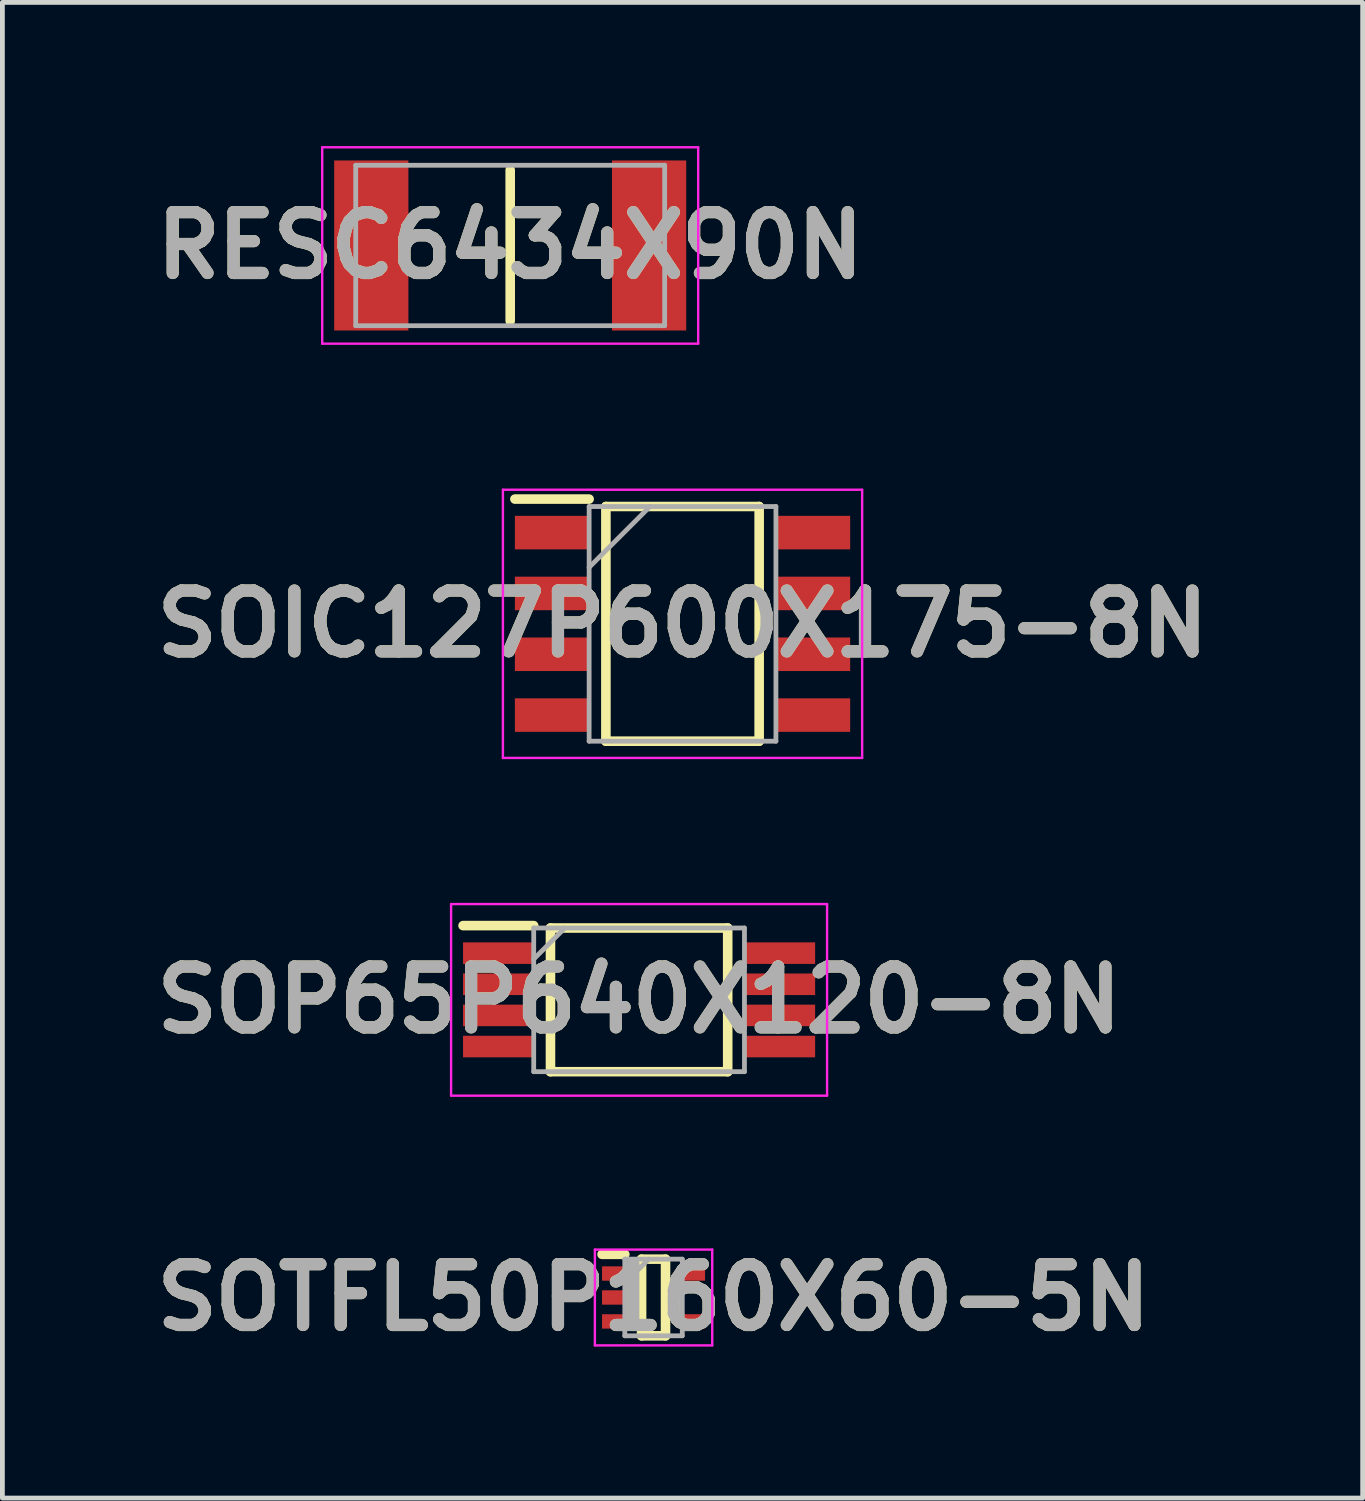
<source format=kicad_pcb>
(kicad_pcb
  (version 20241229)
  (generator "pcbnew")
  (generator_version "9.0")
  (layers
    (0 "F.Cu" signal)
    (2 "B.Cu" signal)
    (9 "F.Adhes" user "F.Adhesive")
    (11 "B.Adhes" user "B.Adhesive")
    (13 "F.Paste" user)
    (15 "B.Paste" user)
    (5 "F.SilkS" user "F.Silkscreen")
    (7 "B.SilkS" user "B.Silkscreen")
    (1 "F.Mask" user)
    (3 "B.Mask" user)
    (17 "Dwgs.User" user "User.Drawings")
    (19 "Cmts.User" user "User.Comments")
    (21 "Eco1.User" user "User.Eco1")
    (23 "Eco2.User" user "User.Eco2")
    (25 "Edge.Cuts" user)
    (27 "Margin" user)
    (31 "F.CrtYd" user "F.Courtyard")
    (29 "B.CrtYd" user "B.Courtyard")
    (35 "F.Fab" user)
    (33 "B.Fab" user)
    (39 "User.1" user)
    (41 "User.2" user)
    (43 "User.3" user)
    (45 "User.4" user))
  (footprint "SOTFL50P160X60-5N"
    (layer "F.Cu")
    (at 10.595 24.039)
    (property "Reference" "SOTFL50P160X60-5N" (at 0 0 0) (layer "F.SilkS") (effects (font (size 1.27 1.27) (thickness 0.254))))
    (attr smd)
    (fp_line (start -1.075 -0.9) (end -0.6 -0.9) (stroke (width 0.2) (type solid)) (layer "F.SilkS"))
    (fp_line (start -0.25 -0.8) (end 0.25 -0.8) (stroke (width 0.2) (type solid)) (layer "F.SilkS"))
    (fp_line (start -0.25 0.8) (end -0.25 -0.8) (stroke (width 0.2) (type solid)) (layer "F.SilkS"))
    (fp_line (start 0.25 -0.8) (end 0.25 0.8) (stroke (width 0.2) (type solid)) (layer "F.SilkS"))
    (fp_line (start 0.25 0.8) (end -0.25 0.8) (stroke (width 0.2) (type solid)) (layer "F.SilkS"))
    (fp_line (start -1.225 -1) (end 1.225 -1) (stroke (width 0.05) (type solid)) (layer "F.CrtYd"))
    (fp_line (start -1.225 1) (end -1.225 -1) (stroke (width 0.05) (type solid)) (layer "F.CrtYd"))
    (fp_line (start 1.225 -1) (end 1.225 1) (stroke (width 0.05) (type solid)) (layer "F.CrtYd"))
    (fp_line (start 1.225 1) (end -1.225 1) (stroke (width 0.05) (type solid)) (layer "F.CrtYd"))
    (fp_line (start -0.6 -0.8) (end 0.6 -0.8) (stroke (width 0.1) (type solid)) (layer "F.Fab"))
    (fp_line (start -0.6 -0.3) (end -0.1 -0.8) (stroke (width 0.1) (type solid)) (layer "F.Fab"))
    (fp_line (start -0.6 0.8) (end -0.6 -0.8) (stroke (width 0.1) (type solid)) (layer "F.Fab"))
    (fp_line (start 0.6 -0.8) (end 0.6 0.8) (stroke (width 0.1) (type solid)) (layer "F.Fab"))
    (fp_line (start 0.6 0.8) (end -0.6 0.8) (stroke (width 0.1) (type solid)) (layer "F.Fab"))
    (fp_text user "${REFERENCE}" (at 0 0 0) (layer "F.Fab") (effects (font (size 1.27 1.27) (thickness 0.254))))
    (pad "1" smd rect (at -0.838 -0.5 90) (size 0.3 0.475) (layers "F.Cu" "F.Mask" "F.Paste"))
    (pad "2" smd rect (at -0.838 0 90) (size 0.3 0.475) (layers "F.Cu" "F.Mask" "F.Paste"))
    (pad "3" smd rect (at -0.838 0.5 90) (size 0.3 0.475) (layers "F.Cu" "F.Mask" "F.Paste"))
    (pad "4" smd rect (at 0.838 0.5 90) (size 0.3 0.475) (layers "F.Cu" "F.Mask" "F.Paste"))
    (pad "5" smd rect (at 0.838 -0.5 90) (size 0.3 0.475) (layers "F.Cu" "F.Mask" "F.Paste")))
  (footprint "RESC6434X90N"
    (layer "F.Cu")
    (at 7.602 2.075)
    (property "Reference" "RESC6434X90N" (at 0 0 0) (layer "F.SilkS") (effects (font (size 1.27 1.27) (thickness 0.254))))
    (attr smd)
    (fp_line (start 0 -1.575) (end 0 1.575) (stroke (width 0.2) (type solid)) (layer "F.SilkS"))
    (fp_line (start -3.925 -2.05) (end 3.925 -2.05) (stroke (width 0.05) (type solid)) (layer "F.CrtYd"))
    (fp_line (start -3.925 2.05) (end -3.925 -2.05) (stroke (width 0.05) (type solid)) (layer "F.CrtYd"))
    (fp_line (start 3.925 -2.05) (end 3.925 2.05) (stroke (width 0.05) (type solid)) (layer "F.CrtYd"))
    (fp_line (start 3.925 2.05) (end -3.925 2.05) (stroke (width 0.05) (type solid)) (layer "F.CrtYd"))
    (fp_line (start -3.225 -1.675) (end 3.225 -1.675) (stroke (width 0.1) (type solid)) (layer "F.Fab"))
    (fp_line (start -3.225 1.675) (end -3.225 -1.675) (stroke (width 0.1) (type solid)) (layer "F.Fab"))
    (fp_line (start 3.225 -1.675) (end 3.225 1.675) (stroke (width 0.1) (type solid)) (layer "F.Fab"))
    (fp_line (start 3.225 1.675) (end -3.225 1.675) (stroke (width 0.1) (type solid)) (layer "F.Fab"))
    (fp_text user "${REFERENCE}" (at 0 0 0) (layer "F.Fab") (effects (font (size 1.27 1.27) (thickness 0.254))))
    (pad "1" smd rect (at -2.9 0) (size 1.55 3.55) (layers "F.Cu" "F.Mask" "F.Paste"))
    (pad "2" smd rect (at 2.9 0) (size 1.55 3.55) (layers "F.Cu" "F.Mask" "F.Paste")))
  (footprint "SOIC127P600X175-8N"
    (layer "F.Cu")
    (at 11.2 9.975)
    (property "Reference" "SOIC127P600X175-8N" (at 0 0 0) (layer "F.SilkS") (effects (font (size 1.27 1.27) (thickness 0.254))))
    (attr smd)
    (fp_line (start -3.5 -2.605) (end -1.95 -2.605) (stroke (width 0.2) (type solid)) (layer "F.SilkS"))
    (fp_line (start -1.6 -2.45) (end 1.6 -2.45) (stroke (width 0.2) (type solid)) (layer "F.SilkS"))
    (fp_line (start -1.6 2.45) (end -1.6 -2.45) (stroke (width 0.2) (type solid)) (layer "F.SilkS"))
    (fp_line (start 1.6 -2.45) (end 1.6 2.45) (stroke (width 0.2) (type solid)) (layer "F.SilkS"))
    (fp_line (start 1.6 2.45) (end -1.6 2.45) (stroke (width 0.2) (type solid)) (layer "F.SilkS"))
    (fp_line (start -3.75 -2.8) (end 3.75 -2.8) (stroke (width 0.05) (type solid)) (layer "F.CrtYd"))
    (fp_line (start -3.75 2.8) (end -3.75 -2.8) (stroke (width 0.05) (type solid)) (layer "F.CrtYd"))
    (fp_line (start 3.75 -2.8) (end 3.75 2.8) (stroke (width 0.05) (type solid)) (layer "F.CrtYd"))
    (fp_line (start 3.75 2.8) (end -3.75 2.8) (stroke (width 0.05) (type solid)) (layer "F.CrtYd"))
    (fp_line (start -1.95 -2.45) (end 1.95 -2.45) (stroke (width 0.1) (type solid)) (layer "F.Fab"))
    (fp_line (start -1.95 -1.18) (end -0.68 -2.45) (stroke (width 0.1) (type solid)) (layer "F.Fab"))
    (fp_line (start -1.95 2.45) (end -1.95 -2.45) (stroke (width 0.1) (type solid)) (layer "F.Fab"))
    (fp_line (start 1.95 -2.45) (end 1.95 2.45) (stroke (width 0.1) (type solid)) (layer "F.Fab"))
    (fp_line (start 1.95 2.45) (end -1.95 2.45) (stroke (width 0.1) (type solid)) (layer "F.Fab"))
    (fp_text user "${REFERENCE}" (at 0 0 0) (layer "F.Fab") (effects (font (size 1.27 1.27) (thickness 0.254))))
    (pad "1" smd rect (at -2.725 -1.905 90) (size 0.7 1.55) (layers "F.Cu" "F.Mask" "F.Paste"))
    (pad "2" smd rect (at -2.725 -0.635 90) (size 0.7 1.55) (layers "F.Cu" "F.Mask" "F.Paste"))
    (pad "3" smd rect (at -2.725 0.635 90) (size 0.7 1.55) (layers "F.Cu" "F.Mask" "F.Paste"))
    (pad "4" smd rect (at -2.725 1.905 90) (size 0.7 1.55) (layers "F.Cu" "F.Mask" "F.Paste"))
    (pad "5" smd rect (at 2.725 1.905 90) (size 0.7 1.55) (layers "F.Cu" "F.Mask" "F.Paste"))
    (pad "6" smd rect (at 2.725 0.635 90) (size 0.7 1.55) (layers "F.Cu" "F.Mask" "F.Paste"))
    (pad "7" smd rect (at 2.725 -0.635 90) (size 0.7 1.55) (layers "F.Cu" "F.Mask" "F.Paste"))
    (pad "8" smd rect (at 2.725 -1.905 90) (size 0.7 1.55) (layers "F.Cu" "F.Mask" "F.Paste")))
  (footprint "SOP65P640X120-8N"
    (layer "F.Cu")
    (at 10.293 17.825)
    (property "Reference" "SOP65P640X120-8N" (at 0 0 0) (layer "F.SilkS") (effects (font (size 1.27 1.27) (thickness 0.254))))
    (attr smd)
    (fp_line (start -3.675 -1.55) (end -2.2 -1.55) (stroke (width 0.2) (type solid)) (layer "F.SilkS"))
    (fp_line (start -1.85 -1.5) (end 1.85 -1.5) (stroke (width 0.2) (type solid)) (layer "F.SilkS"))
    (fp_line (start -1.85 1.5) (end -1.85 -1.5) (stroke (width 0.2) (type solid)) (layer "F.SilkS"))
    (fp_line (start 1.85 -1.5) (end 1.85 1.5) (stroke (width 0.2) (type solid)) (layer "F.SilkS"))
    (fp_line (start 1.85 1.5) (end -1.85 1.5) (stroke (width 0.2) (type solid)) (layer "F.SilkS"))
    (fp_line (start -3.925 -2) (end 3.925 -2) (stroke (width 0.05) (type solid)) (layer "F.CrtYd"))
    (fp_line (start -3.925 2) (end -3.925 -2) (stroke (width 0.05) (type solid)) (layer "F.CrtYd"))
    (fp_line (start 3.925 -2) (end 3.925 2) (stroke (width 0.05) (type solid)) (layer "F.CrtYd"))
    (fp_line (start 3.925 2) (end -3.925 2) (stroke (width 0.05) (type solid)) (layer "F.CrtYd"))
    (fp_line (start -2.2 -1.5) (end 2.2 -1.5) (stroke (width 0.1) (type solid)) (layer "F.Fab"))
    (fp_line (start -2.2 -0.85) (end -1.55 -1.5) (stroke (width 0.1) (type solid)) (layer "F.Fab"))
    (fp_line (start -2.2 1.5) (end -2.2 -1.5) (stroke (width 0.1) (type solid)) (layer "F.Fab"))
    (fp_line (start 2.2 -1.5) (end 2.2 1.5) (stroke (width 0.1) (type solid)) (layer "F.Fab"))
    (fp_line (start 2.2 1.5) (end -2.2 1.5) (stroke (width 0.1) (type solid)) (layer "F.Fab"))
    (fp_text user "${REFERENCE}" (at 0 0 0) (layer "F.Fab") (effects (font (size 1.27 1.27) (thickness 0.254))))
    (pad "1" smd rect (at -2.938 -0.975 90) (size 0.45 1.475) (layers "F.Cu" "F.Mask" "F.Paste"))
    (pad "2" smd rect (at -2.938 -0.325 90) (size 0.45 1.475) (layers "F.Cu" "F.Mask" "F.Paste"))
    (pad "3" smd rect (at -2.938 0.325 90) (size 0.45 1.475) (layers "F.Cu" "F.Mask" "F.Paste"))
    (pad "4" smd rect (at -2.938 0.975 90) (size 0.45 1.475) (layers "F.Cu" "F.Mask" "F.Paste"))
    (pad "5" smd rect (at 2.938 0.975 90) (size 0.45 1.475) (layers "F.Cu" "F.Mask" "F.Paste"))
    (pad "6" smd rect (at 2.938 0.325 90) (size 0.45 1.475) (layers "F.Cu" "F.Mask" "F.Paste"))
    (pad "7" smd rect (at 2.938 -0.325 90) (size 0.45 1.475) (layers "F.Cu" "F.Mask" "F.Paste"))
    (pad "8" smd rect (at 2.938 -0.975 90) (size 0.45 1.475) (layers "F.Cu" "F.Mask" "F.Paste")))
  (gr_rect
    (start -3 -3)
    (end 25.4 28.227)
    (stroke (width 0.1) (type default))
    (fill no)
    (layer "Edge.Cuts")))
</source>
